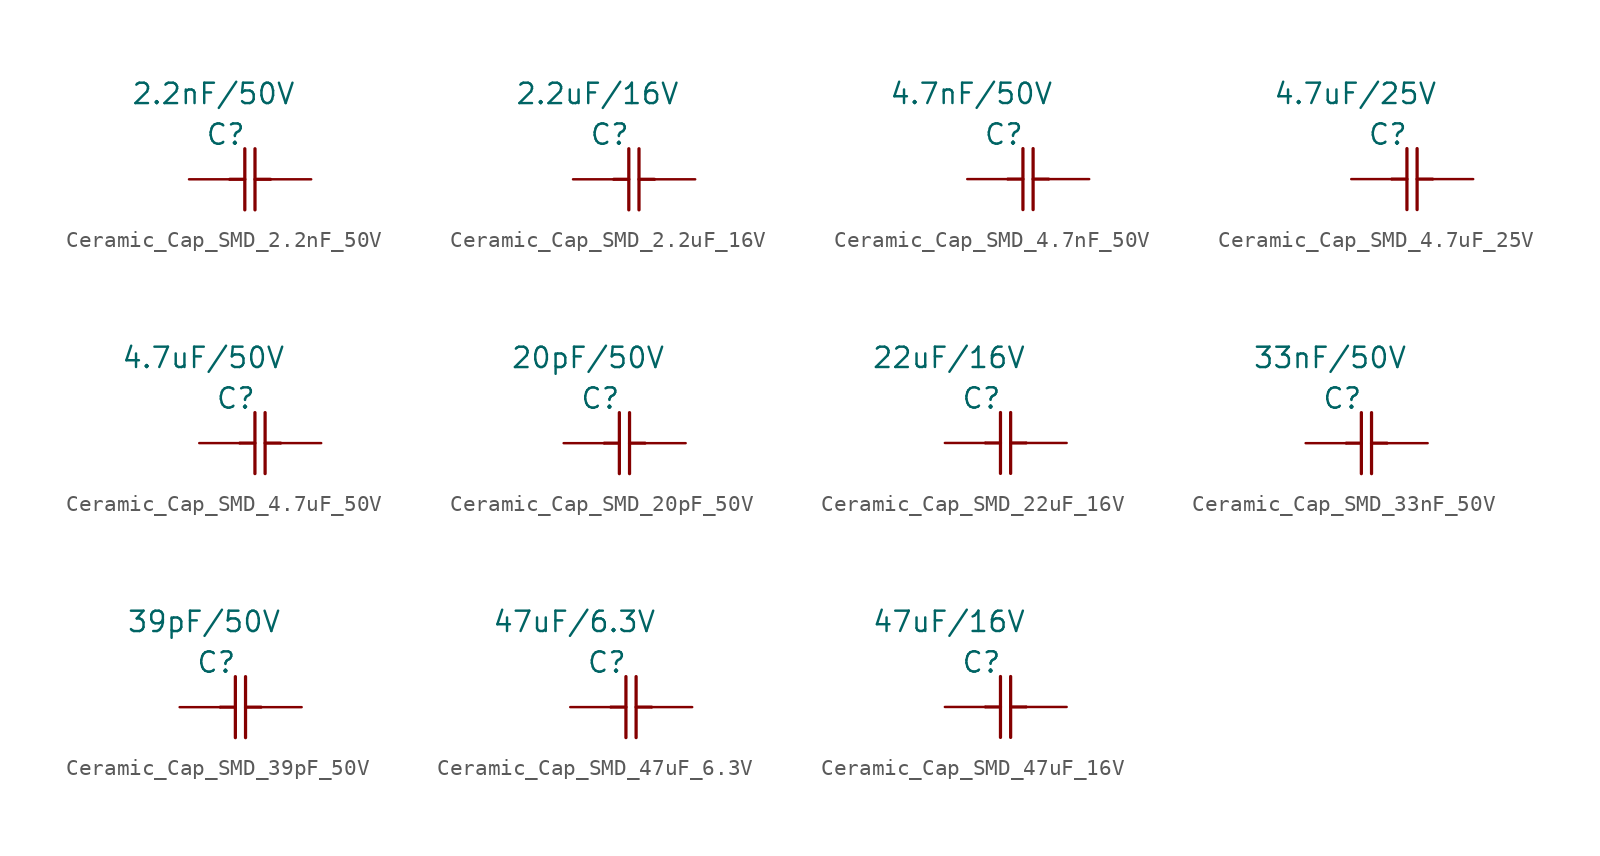
<source format=kicad_sym>
(kicad_symbol_lib
  (version 20231120)
  (generator "kicad_symbol_editor")
  (generator_version "8.0")
  (symbol "Ceramic_Cap_SMD_2.2nF_50V"
    (pin_numbers hide)
    (pin_names hide)
    (property "Reference" "C"
      (at 1.016 2.794 0)
      (effects (font (size 1.27 1.27))))
    (property "Value" "2.2nF/50V"
      (at 0.254 5.334 0)
      (effects (font (size 1.27 1.27))))
    (symbol "Ceramic_Cap_SMD_2.2nF_50V_1_1"
      (polyline (pts (xy 1.27 0) (xy 2.21 0)) (stroke (width 0.203) (type default)) (fill (type none)))
      (polyline (pts (xy 2.21 -1.905) (xy 2.21 1.905)) (stroke (width 0.203) (type default)) (fill (type none)))
      (polyline (pts (xy 2.845 -1.905) (xy 2.845 1.905)) (stroke (width 0.203) (type default)) (fill (type none)))
      (polyline (pts (xy 2.845 0) (xy 3.81 0)) (stroke (width 0.203) (type default)) (fill (type none)))
      (pin unspecified line (at -1.27 0 0) (length 2.54) (name "" (effects (font (size 1.27 1.27)))) (number "1" (effects (font (size 1.27 1.27)))))
      (pin unspecified line (at 6.35 0 180) (length 2.54) (name "" (effects (font (size 1.27 1.27)))) (number "2" (effects (font (size 1.27 1.27)))))))
  (symbol "Ceramic_Cap_SMD_2.2uF_16V"
    (pin_numbers hide)
    (pin_names hide)
    (property "Reference" "C"
      (at 1.016 2.794 0)
      (effects (font (size 1.27 1.27))))
    (property "Value" "2.2uF/16V"
      (at 0.254 5.334 0)
      (effects (font (size 1.27 1.27))))
    (symbol "Ceramic_Cap_SMD_2.2uF_16V_1_1"
      (polyline (pts (xy 1.27 0) (xy 2.21 0)) (stroke (width 0.203) (type default)) (fill (type none)))
      (polyline (pts (xy 2.21 -1.905) (xy 2.21 1.905)) (stroke (width 0.203) (type default)) (fill (type none)))
      (polyline (pts (xy 2.845 -1.905) (xy 2.845 1.905)) (stroke (width 0.203) (type default)) (fill (type none)))
      (polyline (pts (xy 2.845 0) (xy 3.81 0)) (stroke (width 0.203) (type default)) (fill (type none)))
      (pin unspecified line (at -1.27 0 0) (length 2.54) (name "" (effects (font (size 1.27 1.27)))) (number "1" (effects (font (size 1.27 1.27)))))
      (pin unspecified line (at 6.35 0 180) (length 2.54) (name "" (effects (font (size 1.27 1.27)))) (number "2" (effects (font (size 1.27 1.27)))))))
  (symbol "Ceramic_Cap_SMD_4.7nF_50V"
    (pin_numbers hide)
    (pin_names hide)
    (property "Reference" "C"
      (at 2.286 2.794 0)
      (effects (font (size 1.27 1.27))))
    (property "Value" "4.7nF/50V"
      (at 0.254 5.334 0)
      (effects (font (size 1.27 1.27))))
    (symbol "Ceramic_Cap_SMD_4.7nF_50V_1_1"
      (polyline (pts (xy 2.54 0) (xy 3.48 0)) (stroke (width 0.203) (type default)) (fill (type none)))
      (polyline (pts (xy 3.48 -1.905) (xy 3.48 1.905)) (stroke (width 0.203) (type default)) (fill (type none)))
      (polyline (pts (xy 4.115 -1.905) (xy 4.115 1.905)) (stroke (width 0.203) (type default)) (fill (type none)))
      (polyline (pts (xy 4.115 0) (xy 5.08 0)) (stroke (width 0.203) (type default)) (fill (type none)))
      (pin unspecified line (at 0 0 0) (length 2.54) (name "" (effects (font (size 1.27 1.27)))) (number "1" (effects (font (size 1.27 1.27)))))
      (pin unspecified line (at 7.62 0 180) (length 2.54) (name "" (effects (font (size 1.27 1.27)))) (number "2" (effects (font (size 1.27 1.27)))))))
  (symbol "Ceramic_Cap_SMD_4.7uF_25V"
    (pin_numbers hide)
    (pin_names hide)
    (property "Reference" "C"
      (at 2.286 2.794 0)
      (effects (font (size 1.27 1.27))))
    (property "Value" "4.7uF/25V"
      (at 0.254 5.334 0)
      (effects (font (size 1.27 1.27))))
    (symbol "Ceramic_Cap_SMD_4.7uF_25V_1_1"
      (polyline (pts (xy 2.54 0) (xy 3.48 0)) (stroke (width 0.203) (type default)) (fill (type none)))
      (polyline (pts (xy 3.48 -1.905) (xy 3.48 1.905)) (stroke (width 0.203) (type default)) (fill (type none)))
      (polyline (pts (xy 4.115 -1.905) (xy 4.115 1.905)) (stroke (width 0.203) (type default)) (fill (type none)))
      (polyline (pts (xy 4.115 0) (xy 5.08 0)) (stroke (width 0.203) (type default)) (fill (type none)))
      (pin unspecified line (at 0 0 0) (length 2.54) (name "" (effects (font (size 1.27 1.27)))) (number "1" (effects (font (size 1.27 1.27)))))
      (pin unspecified line (at 7.62 0 180) (length 2.54) (name "" (effects (font (size 1.27 1.27)))) (number "2" (effects (font (size 1.27 1.27)))))))
  (symbol "Ceramic_Cap_SMD_4.7uF_50V"
    (pin_numbers hide)
    (pin_names hide)
    (property "Reference" "C"
      (at 2.286 2.794 0)
      (effects (font (size 1.27 1.27))))
    (property "Value" "4.7uF/50V"
      (at 0.254 5.334 0)
      (effects (font (size 1.27 1.27))))
    (symbol "Ceramic_Cap_SMD_4.7uF_50V_1_1"
      (polyline (pts (xy 2.54 0) (xy 3.48 0)) (stroke (width 0.203) (type default)) (fill (type none)))
      (polyline (pts (xy 3.48 -1.905) (xy 3.48 1.905)) (stroke (width 0.203) (type default)) (fill (type none)))
      (polyline (pts (xy 4.115 -1.905) (xy 4.115 1.905)) (stroke (width 0.203) (type default)) (fill (type none)))
      (polyline (pts (xy 4.115 0) (xy 5.08 0)) (stroke (width 0.203) (type default)) (fill (type none)))
      (pin unspecified line (at 0 0 0) (length 2.54) (name "" (effects (font (size 1.27 1.27)))) (number "1" (effects (font (size 1.27 1.27)))))
      (pin unspecified line (at 7.62 0 180) (length 2.54) (name "" (effects (font (size 1.27 1.27)))) (number "2" (effects (font (size 1.27 1.27)))))))
  (symbol "Ceramic_Cap_SMD_20pF_50V"
    (pin_numbers hide)
    (pin_names hide)
    (property "Reference" "C"
      (at 1.016 2.794 0)
      (effects (font (size 1.27 1.27))))
    (property "Value" "20pF/50V"
      (at 0.254 5.334 0)
      (effects (font (size 1.27 1.27))))
    (symbol "Ceramic_Cap_SMD_20pF_50V_1_1"
      (polyline (pts (xy 1.27 0) (xy 2.21 0)) (stroke (width 0.203) (type default)) (fill (type none)))
      (polyline (pts (xy 2.21 -1.905) (xy 2.21 1.905)) (stroke (width 0.203) (type default)) (fill (type none)))
      (polyline (pts (xy 2.845 -1.905) (xy 2.845 1.905)) (stroke (width 0.203) (type default)) (fill (type none)))
      (polyline (pts (xy 2.845 0) (xy 3.81 0)) (stroke (width 0.203) (type default)) (fill (type none)))
      (pin unspecified line (at -1.27 0 0) (length 2.54) (name "" (effects (font (size 1.27 1.27)))) (number "1" (effects (font (size 1.27 1.27)))))
      (pin unspecified line (at 6.35 0 180) (length 2.54) (name "" (effects (font (size 1.27 1.27)))) (number "2" (effects (font (size 1.27 1.27)))))))
  (symbol "Ceramic_Cap_SMD_22uF_16V"
    (pin_numbers hide)
    (pin_names hide)
    (property "Reference" "C"
      (at 2.286 2.794 0)
      (effects (font (size 1.27 1.27))))
    (property "Value" "22uF/16V"
      (at 0.254 5.334 0)
      (effects (font (size 1.27 1.27))))
    (symbol "Ceramic_Cap_SMD_22uF_16V_1_1"
      (polyline (pts (xy 2.54 0) (xy 3.48 0)) (stroke (width 0.203) (type default)) (fill (type none)))
      (polyline (pts (xy 3.48 -1.905) (xy 3.48 1.905)) (stroke (width 0.203) (type default)) (fill (type none)))
      (polyline (pts (xy 4.115 -1.905) (xy 4.115 1.905)) (stroke (width 0.203) (type default)) (fill (type none)))
      (polyline (pts (xy 4.115 0) (xy 5.08 0)) (stroke (width 0.203) (type default)) (fill (type none)))
      (pin unspecified line (at 0 0 0) (length 2.54) (name "" (effects (font (size 1.27 1.27)))) (number "1" (effects (font (size 1.27 1.27)))))
      (pin unspecified line (at 7.62 0 180) (length 2.54) (name "" (effects (font (size 1.27 1.27)))) (number "2" (effects (font (size 1.27 1.27)))))))
  (symbol "Ceramic_Cap_SMD_33nF_50V"
    (pin_numbers hide)
    (pin_names hide)
    (property "Reference" "C"
      (at 1.016 2.794 0)
      (effects (font (size 1.27 1.27))))
    (property "Value" "33nF/50V"
      (at 0.254 5.334 0)
      (effects (font (size 1.27 1.27))))
    (symbol "Ceramic_Cap_SMD_33nF_50V_1_1"
      (polyline (pts (xy 1.27 0) (xy 2.21 0)) (stroke (width 0.203) (type default)) (fill (type none)))
      (polyline (pts (xy 2.21 -1.905) (xy 2.21 1.905)) (stroke (width 0.203) (type default)) (fill (type none)))
      (polyline (pts (xy 2.845 -1.905) (xy 2.845 1.905)) (stroke (width 0.203) (type default)) (fill (type none)))
      (polyline (pts (xy 2.845 0) (xy 3.81 0)) (stroke (width 0.203) (type default)) (fill (type none)))
      (pin unspecified line (at -1.27 0 0) (length 2.54) (name "" (effects (font (size 1.27 1.27)))) (number "1" (effects (font (size 1.27 1.27)))))
      (pin unspecified line (at 6.35 0 180) (length 2.54) (name "" (effects (font (size 1.27 1.27)))) (number "2" (effects (font (size 1.27 1.27)))))))
  (symbol "Ceramic_Cap_SMD_39pF_50V"
    (pin_numbers hide)
    (pin_names hide)
    (property "Reference" "C"
      (at 1.016 2.794 0)
      (effects (font (size 1.27 1.27))))
    (property "Value" "39pF/50V"
      (at 0.254 5.334 0)
      (effects (font (size 1.27 1.27))))
    (symbol "Ceramic_Cap_SMD_39pF_50V_1_1"
      (polyline (pts (xy 1.27 0) (xy 2.21 0)) (stroke (width 0.203) (type default)) (fill (type none)))
      (polyline (pts (xy 2.21 -1.905) (xy 2.21 1.905)) (stroke (width 0.203) (type default)) (fill (type none)))
      (polyline (pts (xy 2.845 -1.905) (xy 2.845 1.905)) (stroke (width 0.203) (type default)) (fill (type none)))
      (polyline (pts (xy 2.845 0) (xy 3.81 0)) (stroke (width 0.203) (type default)) (fill (type none)))
      (pin unspecified line (at -1.27 0 0) (length 2.54) (name "" (effects (font (size 1.27 1.27)))) (number "1" (effects (font (size 1.27 1.27)))))
      (pin unspecified line (at 6.35 0 180) (length 2.54) (name "" (effects (font (size 1.27 1.27)))) (number "2" (effects (font (size 1.27 1.27)))))))
  (symbol "Ceramic_Cap_SMD_47uF_6.3V"
    (pin_numbers hide)
    (pin_names hide)
    (property "Reference" "C"
      (at 2.286 2.794 0)
      (effects (font (size 1.27 1.27))))
    (property "Value" "47uF/6.3V"
      (at 0.254 5.334 0)
      (effects (font (size 1.27 1.27))))
    (symbol "Ceramic_Cap_SMD_47uF_6.3V_1_1"
      (polyline (pts (xy 2.54 0) (xy 3.48 0)) (stroke (width 0.203) (type default)) (fill (type none)))
      (polyline (pts (xy 3.48 -1.905) (xy 3.48 1.905)) (stroke (width 0.203) (type default)) (fill (type none)))
      (polyline (pts (xy 4.115 -1.905) (xy 4.115 1.905)) (stroke (width 0.203) (type default)) (fill (type none)))
      (polyline (pts (xy 4.115 0) (xy 5.08 0)) (stroke (width 0.203) (type default)) (fill (type none)))
      (pin unspecified line (at 0 0 0) (length 2.54) (name "" (effects (font (size 1.27 1.27)))) (number "1" (effects (font (size 1.27 1.27)))))
      (pin unspecified line (at 7.62 0 180) (length 2.54) (name "" (effects (font (size 1.27 1.27)))) (number "2" (effects (font (size 1.27 1.27)))))))
  (symbol "Ceramic_Cap_SMD_47uF_16V"
    (pin_numbers hide)
    (pin_names hide)
    (property "Reference" "C"
      (at 2.286 2.794 0)
      (effects (font (size 1.27 1.27))))
    (property "Value" "47uF/16V"
      (at 0.254 5.334 0)
      (effects (font (size 1.27 1.27))))
    (symbol "Ceramic_Cap_SMD_47uF_16V_1_1"
      (polyline (pts (xy 2.54 0) (xy 3.48 0)) (stroke (width 0.203) (type default)) (fill (type none)))
      (polyline (pts (xy 3.48 -1.905) (xy 3.48 1.905)) (stroke (width 0.203) (type default)) (fill (type none)))
      (polyline (pts (xy 4.115 -1.905) (xy 4.115 1.905)) (stroke (width 0.203) (type default)) (fill (type none)))
      (polyline (pts (xy 4.115 0) (xy 5.08 0)) (stroke (width 0.203) (type default)) (fill (type none)))
      (pin unspecified line (at 0 0 0) (length 2.54) (name "" (effects (font (size 1.27 1.27)))) (number "1" (effects (font (size 1.27 1.27)))))
      (pin unspecified line (at 7.62 0 180) (length 2.54) (name "" (effects (font (size 1.27 1.27)))) (number "2" (effects (font (size 1.27 1.27))))))))
</source>
